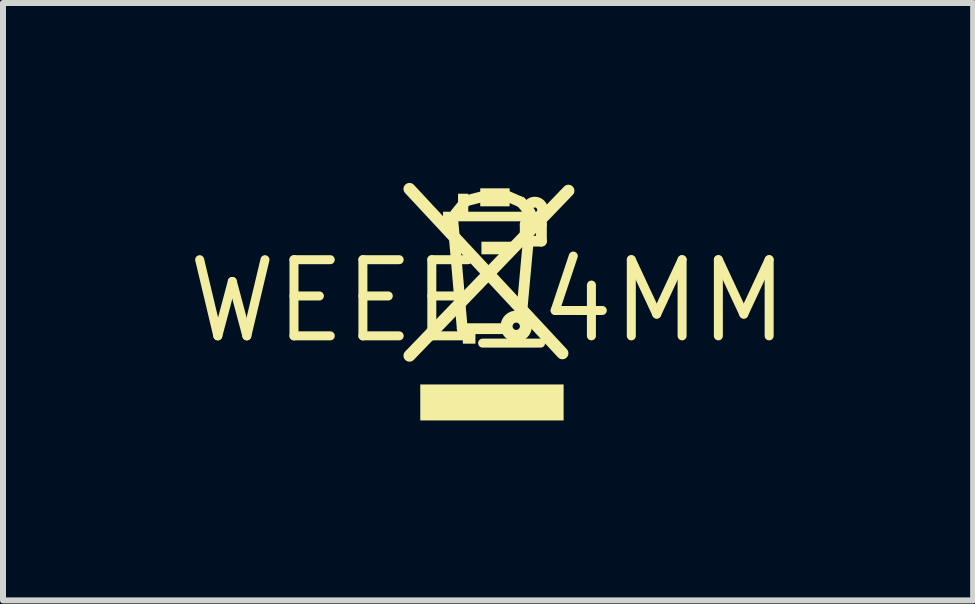
<source format=kicad_pcb>
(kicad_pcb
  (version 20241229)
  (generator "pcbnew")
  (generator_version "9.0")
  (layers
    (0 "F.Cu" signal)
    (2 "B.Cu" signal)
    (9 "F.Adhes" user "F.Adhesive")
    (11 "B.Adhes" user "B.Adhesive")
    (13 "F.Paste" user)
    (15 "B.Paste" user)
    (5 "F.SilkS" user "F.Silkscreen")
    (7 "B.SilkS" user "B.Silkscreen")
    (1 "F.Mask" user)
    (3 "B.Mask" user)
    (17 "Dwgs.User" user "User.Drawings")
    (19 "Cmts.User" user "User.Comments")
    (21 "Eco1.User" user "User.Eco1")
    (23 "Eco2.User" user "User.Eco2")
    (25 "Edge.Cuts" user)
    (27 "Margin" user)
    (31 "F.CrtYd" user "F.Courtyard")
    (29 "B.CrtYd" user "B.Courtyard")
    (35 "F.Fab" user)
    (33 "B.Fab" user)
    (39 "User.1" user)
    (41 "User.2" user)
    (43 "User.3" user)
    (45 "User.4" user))
  (footprint "WEEE_4MM"
    (layer "F.Cu")
    (at 5.087 1.97)
    (property "Reference" "WEEE_4MM" (at 0 0 0) (layer "F.SilkS") (effects (font (size 1.27 1.27) (thickness 0.15))))
    (attr through_hole)
    (fp_line (start -1.31 -1.87) (end 1.24 0.87) (stroke (width 0.2) (type solid)) (layer "F.SilkS"))
    (fp_line (start -1.31 0.91) (end 1.34 -1.84) (stroke (width 0.2) (type solid)) (layer "F.SilkS"))
    (fp_line (start -0.43 0.46) (end -0.59 -1.38) (stroke (width 0.18) (type solid)) (layer "F.SilkS"))
    (fp_line (start -0.43 0.46) (end 0.23 0.46) (stroke (width 0.18) (type solid)) (layer "F.SilkS"))
    (fp_line (start -0.37 -1.67) (end -0.54 -1.46) (stroke (width 0.18) (type solid)) (layer "F.SilkS"))
    (fp_line (start -0.1 -1.74) (end -0.37 -1.67) (stroke (width 0.18) (type solid)) (layer "F.SilkS"))
    (fp_line (start 0.32 -1.75) (end 0.55 -1.65) (stroke (width 0.18) (type solid)) (layer "F.SilkS"))
    (fp_line (start 0.55 -1.65) (end 0.7 -1.48) (stroke (width 0.18) (type solid)) (layer "F.SilkS"))
    (fp_line (start 0.56 0.21) (end 0.67 -1) (stroke (width 0.18) (type solid)) (layer "F.SilkS"))
    (fp_line (start 0.62 -1.28) (end 0.62 -0.98) (stroke (width 0.18) (type solid)) (layer "F.SilkS"))
    (fp_line (start 0.67 -1) (end 0.89 -1) (stroke (width 0.18) (type solid)) (layer "F.SilkS"))
    (fp_line (start 0.89 -1.28) (end 0.62 -1.28) (stroke (width 0.18) (type solid)) (layer "F.SilkS"))
    (fp_line (start 0.89 -1) (end 0.89 -1.28) (stroke (width 0.18) (type solid)) (layer "F.SilkS"))
    (fp_circle (center 0.47 0.42) (end 0.631 0.42) (stroke (width 0.2) (type solid)) (fill no) (layer "F.SilkS"))
    (fp_circle (center 0.78 -1.52) (end 0.82 -1.52) (stroke (width 0.18) (type solid)) (fill no) (layer "F.SilkS"))
    (fp_poly (pts (xy -1.13 1.99) (xy 1.26 1.99) (xy 1.26 1.39) (xy -1.13 1.39)) (stroke (width 0) (type solid)) (fill yes) (layer "F.SilkS"))
    (fp_poly (pts (xy -0.75 -1.33) (xy 0.82 -1.33) (xy 0.82 -1.49) (xy -0.75 -1.49)) (stroke (width 0) (type solid)) (fill yes) (layer "F.SilkS"))
    (fp_poly (pts (xy -0.5 -1.45) (xy -0.33 -1.45) (xy -0.33 -1.79) (xy -0.5 -1.79)) (stroke (width 0) (type solid)) (fill yes) (layer "F.SilkS"))
    (fp_poly (pts (xy -0.42 0.71) (xy -0.21 0.71) (xy -0.21 0.45) (xy -0.42 0.45)) (stroke (width 0) (type solid)) (fill yes) (layer "F.SilkS"))
    (fp_poly (pts (xy -0.13 -1.58) (xy 0.36 -1.58) (xy 0.36 -1.88) (xy -0.13 -1.88)) (stroke (width 0) (type solid)) (fill yes) (layer "F.SilkS"))
    (fp_poly (pts (xy -0.11 -0.78) (xy 0.41 -0.78) (xy 0.41 -0.99) (xy -0.11 -0.99)) (stroke (width 0) (type solid)) (fill yes) (layer "F.SilkS")))
  (gr_rect
    (start -3 -3)
    (end 13.175 6.96)
    (stroke (width 0.1) (type default))
    (fill no)
    (layer "Edge.Cuts")))
</source>
